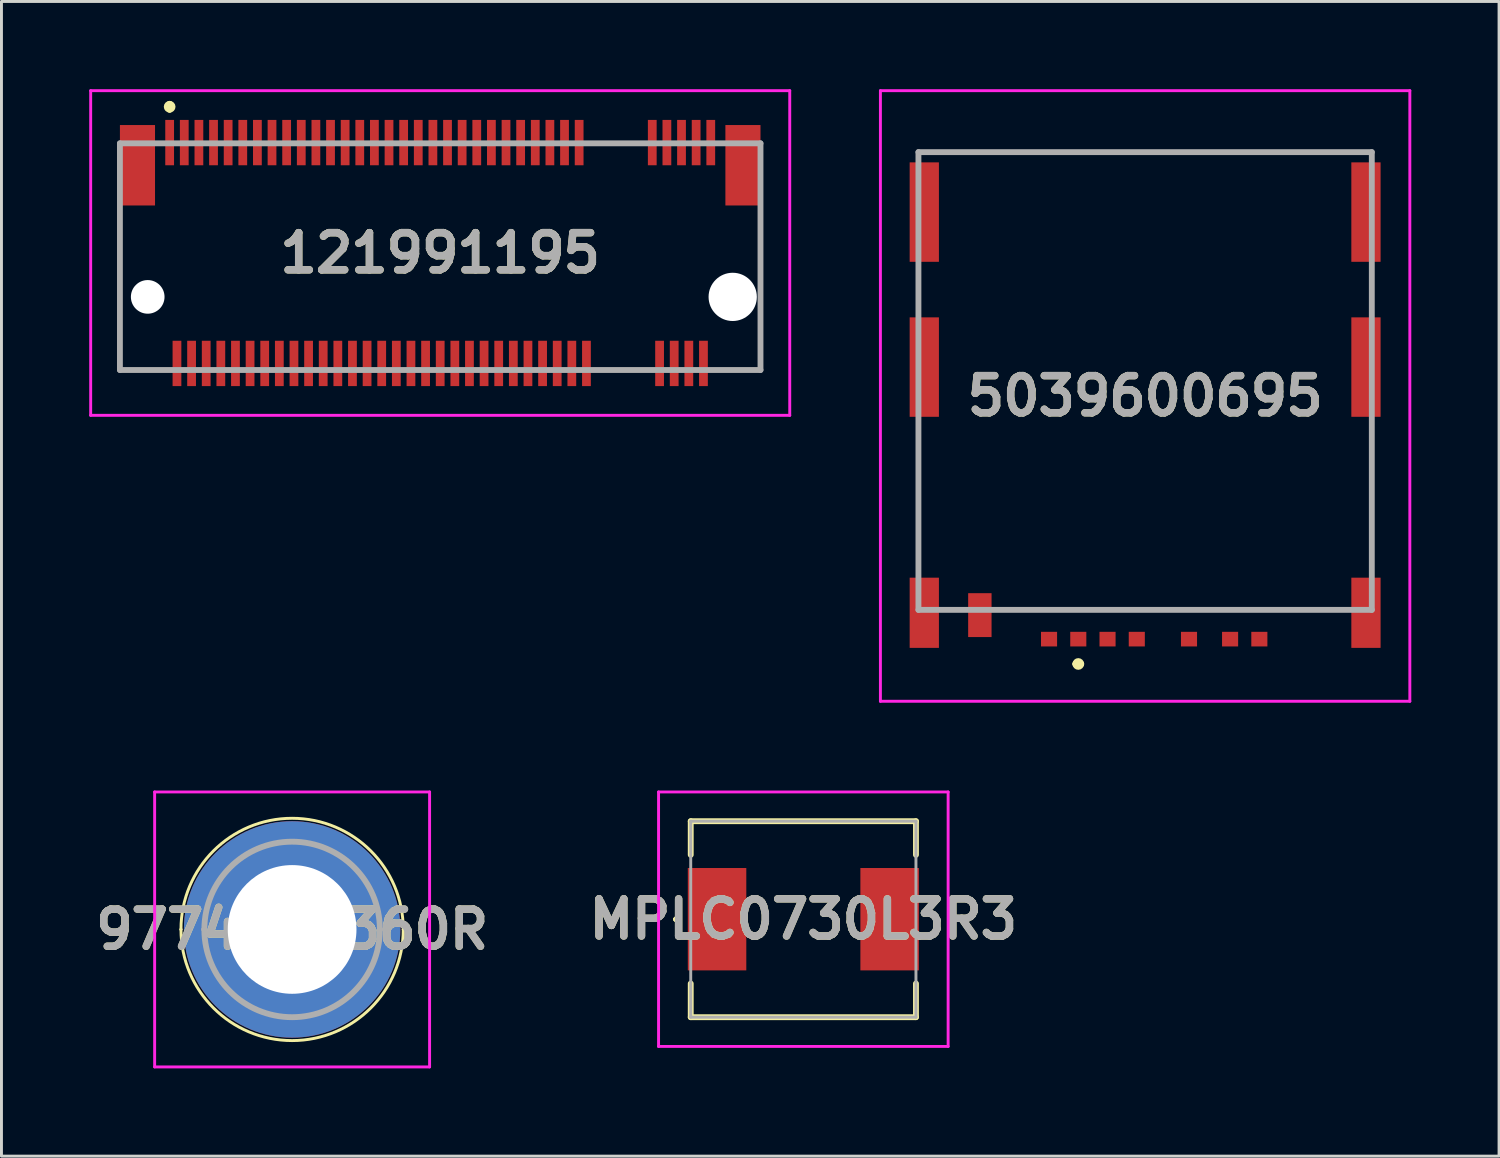
<source format=kicad_pcb>
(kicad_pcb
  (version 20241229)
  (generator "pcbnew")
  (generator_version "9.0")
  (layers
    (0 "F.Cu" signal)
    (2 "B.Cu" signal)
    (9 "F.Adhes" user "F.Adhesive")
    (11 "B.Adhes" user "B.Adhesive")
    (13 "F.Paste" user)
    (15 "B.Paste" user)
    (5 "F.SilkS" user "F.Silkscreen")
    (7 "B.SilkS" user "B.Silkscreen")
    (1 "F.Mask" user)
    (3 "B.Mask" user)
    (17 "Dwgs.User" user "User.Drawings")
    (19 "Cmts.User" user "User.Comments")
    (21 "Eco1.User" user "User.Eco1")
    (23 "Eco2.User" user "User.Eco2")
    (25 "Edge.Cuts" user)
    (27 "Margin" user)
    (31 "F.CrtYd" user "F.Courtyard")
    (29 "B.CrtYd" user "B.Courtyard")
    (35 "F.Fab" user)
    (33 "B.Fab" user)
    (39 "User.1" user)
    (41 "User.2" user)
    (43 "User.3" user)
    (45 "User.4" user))
  (footprint "9774015360R"
    (layer "F.Cu")
    (at 6.937 28.726)
    (property "Reference" "9774015360R" (at 0 0 0) (layer "F.SilkS") (effects (font (size 1.27 1.27) (thickness 0.254))))
    (attr through_hole)
    (fp_line (start -3.8 0) (end -3.8 0) (stroke (width 0.1) (type solid)) (layer "F.SilkS"))
    (fp_line (start 3.8 0) (end 3.8 0) (stroke (width 0.1) (type solid)) (layer "F.SilkS"))
    (fp_arc (start -3.8 0) (mid 0 -3.8) (end 3.8 0) (stroke (width 0.1) (type solid)) (layer "F.SilkS"))
    (fp_arc (start 3.8 0) (mid 0 3.8) (end -3.8 0) (stroke (width 0.1) (type solid)) (layer "F.SilkS"))
    (fp_line (start -4.7 -4.7) (end 4.7 -4.7) (stroke (width 0.1) (type solid)) (layer "F.CrtYd"))
    (fp_line (start -4.7 4.7) (end -4.7 -4.7) (stroke (width 0.1) (type solid)) (layer "F.CrtYd"))
    (fp_line (start 4.7 -4.7) (end 4.7 4.7) (stroke (width 0.1) (type solid)) (layer "F.CrtYd"))
    (fp_line (start 4.7 4.7) (end -4.7 4.7) (stroke (width 0.1) (type solid)) (layer "F.CrtYd"))
    (fp_line (start -3 0) (end -3 0) (stroke (width 0.2) (type solid)) (layer "F.Fab"))
    (fp_line (start 3 0) (end 3 0) (stroke (width 0.2) (type solid)) (layer "F.Fab"))
    (fp_arc (start -3 0) (mid 0 -3) (end 3 0) (stroke (width 0.2) (type solid)) (layer "F.Fab"))
    (fp_arc (start 3 0) (mid 0 3) (end -3 0) (stroke (width 0.2) (type solid)) (layer "F.Fab"))
    (fp_text user "${REFERENCE}" (at 0 0 0) (layer "F.Fab") (effects (font (size 1.27 1.27) (thickness 0.254))))
    (pad "1" thru_hole circle (at 0 0) (size 7.4 7.4) (drill 4.4) (layers "*.Cu" "*.Mask")))
  (footprint "5039600695"
    (layer "F.Cu")
    (at 36.1 10.488)
    (property "Reference" "5039600695" (at 0 0 0) (layer "F.SilkS") (effects (font (size 1.27 1.27) (thickness 0.254))))
    (attr smd)
    (fp_line (start -2.385 9.162) (end -2.385 9.162) (stroke (width 0.2) (type solid)) (layer "F.SilkS"))
    (fp_line (start -2.185 9.162) (end -2.185 9.162) (stroke (width 0.2) (type solid)) (layer "F.SilkS"))
    (fp_arc (start -2.385 9.162) (mid -2.285 9.062) (end -2.185 9.162) (stroke (width 0.2) (type solid)) (layer "F.SilkS"))
    (fp_arc (start -2.185 9.162) (mid -2.285 9.262) (end -2.385 9.162) (stroke (width 0.2) (type solid)) (layer "F.SilkS"))
    (fp_line (start -9.05 -10.438) (end 9.05 -10.438) (stroke (width 0.1) (type solid)) (layer "F.CrtYd"))
    (fp_line (start -9.05 10.438) (end -9.05 -10.438) (stroke (width 0.1) (type solid)) (layer "F.CrtYd"))
    (fp_line (start 9.05 -10.438) (end 9.05 10.438) (stroke (width 0.1) (type solid)) (layer "F.CrtYd"))
    (fp_line (start 9.05 10.438) (end -9.05 10.438) (stroke (width 0.1) (type solid)) (layer "F.CrtYd"))
    (fp_line (start -7.75 -8.337) (end 7.75 -8.337) (stroke (width 0.2) (type solid)) (layer "F.Fab"))
    (fp_line (start -7.75 7.313) (end -7.75 -8.337) (stroke (width 0.2) (type solid)) (layer "F.Fab"))
    (fp_line (start 7.75 -8.337) (end 7.75 7.313) (stroke (width 0.2) (type solid)) (layer "F.Fab"))
    (fp_line (start 7.75 7.313) (end -7.75 7.313) (stroke (width 0.2) (type solid)) (layer "F.Fab"))
    (fp_text user "${REFERENCE}" (at 0 0 0) (layer "F.Fab") (effects (font (size 1.27 1.27) (thickness 0.254))))
    (pad "C1" smd rect (at -2.285 8.313 90) (size 0.5 0.55) (layers "F.Cu" "F.Mask" "F.Paste"))
    (pad "C2" smd rect (at -0.285 8.313 90) (size 0.5 0.55) (layers "F.Cu" "F.Mask" "F.Paste"))
    (pad "C3" smd rect (at 3.905 8.313 90) (size 0.5 0.55) (layers "F.Cu" "F.Mask" "F.Paste"))
    (pad "C5" smd rect (at -3.285 8.313 90) (size 0.5 0.55) (layers "F.Cu" "F.Mask" "F.Paste"))
    (pad "C6" smd rect (at -1.285 8.313 90) (size 0.5 0.55) (layers "F.Cu" "F.Mask" "F.Paste"))
    (pad "C7" smd rect (at 2.905 8.313 90) (size 0.5 0.55) (layers "F.Cu" "F.Mask" "F.Paste"))
    (pad "C8" smd rect (at 1.5 8.313 90) (size 0.5 0.55) (layers "F.Cu" "F.Mask" "F.Paste"))
    (pad "C9" smd rect (at -5.65 7.492) (size 0.8 1.5) (layers "F.Cu" "F.Mask" "F.Paste"))
    (pad "MP2" smd rect (at -7.55 7.412) (size 1 2.4) (layers "F.Cu" "F.Mask" "F.Paste"))
    (pad "MP3" smd rect (at -7.55 -0.988) (size 1 3.4) (layers "F.Cu" "F.Mask" "F.Paste"))
    (pad "MP4" smd rect (at -7.55 -6.287) (size 1 3.4) (layers "F.Cu" "F.Mask" "F.Paste"))
    (pad "MP5" smd rect (at 7.55 -6.287) (size 1 3.4) (layers "F.Cu" "F.Mask" "F.Paste"))
    (pad "MP6" smd rect (at 7.55 -0.988) (size 1 3.4) (layers "F.Cu" "F.Mask" "F.Paste"))
    (pad "MP7" smd rect (at 7.55 7.412) (size 1 2.4) (layers "F.Cu" "F.Mask" "F.Paste")))
  (footprint "MPLC0730L3R3"
    (layer "F.Cu")
    (at 24.415 28.376)
    (property "Reference" "MPLC0730L3R3" (at 0 0 0) (layer "F.SilkS") (effects (font (size 1.27 1.27) (thickness 0.254))))
    (attr smd)
    (fp_line (start -4.4 0) (end -4.4 0) (stroke (width 0.1) (type solid)) (layer "F.SilkS"))
    (fp_line (start -4.4 0) (end -4.4 0) (stroke (width 0.1) (type solid)) (layer "F.SilkS"))
    (fp_line (start -4.3 0) (end -4.3 0) (stroke (width 0.1) (type solid)) (layer "F.SilkS"))
    (fp_line (start -3.85 -3.35) (end 3.85 -3.35) (stroke (width 0.2) (type solid)) (layer "F.SilkS"))
    (fp_line (start -3.85 -2.2) (end -3.85 -3.35) (stroke (width 0.2) (type solid)) (layer "F.SilkS"))
    (fp_line (start -3.85 2.2) (end -3.85 3.35) (stroke (width 0.2) (type solid)) (layer "F.SilkS"))
    (fp_line (start -3.85 3.35) (end 3.85 3.35) (stroke (width 0.2) (type solid)) (layer "F.SilkS"))
    (fp_line (start 3.85 -3.35) (end 3.85 -2.2) (stroke (width 0.2) (type solid)) (layer "F.SilkS"))
    (fp_line (start 3.85 3.35) (end 3.85 2.2) (stroke (width 0.2) (type solid)) (layer "F.SilkS"))
    (fp_arc (start -4.4 0) (mid -4.35 -0.05) (end -4.3 0) (stroke (width 0.1) (type solid)) (layer "F.SilkS"))
    (fp_arc (start -4.3 0) (mid -4.35 0.05) (end -4.4 0) (stroke (width 0.1) (type solid)) (layer "F.SilkS"))
    (fp_arc (start -4.3 0) (mid -4.35 0.05) (end -4.4 0) (stroke (width 0.1) (type solid)) (layer "F.SilkS"))
    (fp_line (start -4.95 -4.35) (end 4.95 -4.35) (stroke (width 0.1) (type solid)) (layer "F.CrtYd"))
    (fp_line (start -4.95 4.35) (end -4.95 -4.35) (stroke (width 0.1) (type solid)) (layer "F.CrtYd"))
    (fp_line (start 4.95 -4.35) (end 4.95 4.35) (stroke (width 0.1) (type solid)) (layer "F.CrtYd"))
    (fp_line (start 4.95 4.35) (end -4.95 4.35) (stroke (width 0.1) (type solid)) (layer "F.CrtYd"))
    (fp_line (start -3.85 -3.35) (end -3.85 3.35) (stroke (width 0.1) (type solid)) (layer "F.Fab"))
    (fp_line (start -3.85 3.35) (end 3.85 3.35) (stroke (width 0.1) (type solid)) (layer "F.Fab"))
    (fp_line (start 3.85 -3.35) (end -3.85 -3.35) (stroke (width 0.1) (type solid)) (layer "F.Fab"))
    (fp_line (start 3.85 3.35) (end 3.85 -3.35) (stroke (width 0.1) (type solid)) (layer "F.Fab"))
    (fp_text user "${REFERENCE}" (at 0 0 0) (layer "F.Fab") (effects (font (size 1.27 1.27) (thickness 0.254))))
    (pad "1" smd rect (at -2.95 0) (size 2 3.5) (layers "F.Cu" "F.Mask" "F.Paste"))
    (pad "2" smd rect (at 2.95 0) (size 2 3.5) (layers "F.Cu" "F.Mask" "F.Paste")))
  (footprint "121991195"
    (layer "F.Cu")
    (at 12 5.6)
    (property "Reference" "121991195" (at 0 0 0) (layer "F.SilkS") (effects (font (size 1.27 1.27) (thickness 0.254))))
    (attr through_hole)
    (fp_line (start -10.95 -1) (end -10.95 4) (stroke (width 0.1) (type solid)) (layer "F.SilkS"))
    (fp_line (start -10.95 4) (end -10 4) (stroke (width 0.1) (type solid)) (layer "F.SilkS"))
    (fp_line (start -9.25 -5.1) (end -9.25 -5.1) (stroke (width 0.2) (type solid)) (layer "F.SilkS"))
    (fp_line (start -9.25 -4.9) (end -9.25 -4.9) (stroke (width 0.2) (type solid)) (layer "F.SilkS"))
    (fp_line (start 5.5 4) (end 7 4) (stroke (width 0.1) (type solid)) (layer "F.SilkS"))
    (fp_line (start 6.5 -3.775) (end 5.5 -3.775) (stroke (width 0.1) (type solid)) (layer "F.SilkS"))
    (fp_line (start 10 4) (end 10.95 4) (stroke (width 0.1) (type solid)) (layer "F.SilkS"))
    (fp_line (start 10.95 0.5) (end 10.95 -1) (stroke (width 0.1) (type solid)) (layer "F.SilkS"))
    (fp_line (start 10.95 4) (end 10.95 2.5) (stroke (width 0.1) (type solid)) (layer "F.SilkS"))
    (fp_arc (start -9.25 -5.1) (mid -9.15 -5) (end -9.25 -4.9) (stroke (width 0.2) (type solid)) (layer "F.SilkS"))
    (fp_arc (start -9.25 -4.9) (mid -9.35 -5) (end -9.25 -5.1) (stroke (width 0.2) (type solid)) (layer "F.SilkS"))
    (fp_line (start -11.95 -5.55) (end 11.95 -5.55) (stroke (width 0.1) (type solid)) (layer "F.CrtYd"))
    (fp_line (start -11.95 5.55) (end -11.95 -5.55) (stroke (width 0.1) (type solid)) (layer "F.CrtYd"))
    (fp_line (start 11.95 -5.55) (end 11.95 5.55) (stroke (width 0.1) (type solid)) (layer "F.CrtYd"))
    (fp_line (start 11.95 5.55) (end -11.95 5.55) (stroke (width 0.1) (type solid)) (layer "F.CrtYd"))
    (fp_line (start -10.95 -3.75) (end 10.95 -3.75) (stroke (width 0.2) (type solid)) (layer "F.Fab"))
    (fp_line (start -10.95 4) (end -10.95 -3.75) (stroke (width 0.2) (type solid)) (layer "F.Fab"))
    (fp_line (start 10.95 -3.75) (end 10.95 4) (stroke (width 0.2) (type solid)) (layer "F.Fab"))
    (fp_line (start 10.95 4) (end -10.95 4) (stroke (width 0.2) (type solid)) (layer "F.Fab"))
    (fp_text user "${REFERENCE}" (at 0 0 0) (layer "F.Fab") (effects (font (size 1.27 1.27) (thickness 0.254))))
    (pad "" np_thru_hole circle (at -10 1.5) (size 1.15 1.15) (drill 1.15) (layers "*.Cu" "*.Mask"))
    (pad "" np_thru_hole circle (at 10 1.5) (size 1.65 1.65) (drill 1.65) (layers "*.Cu" "*.Mask"))
    (pad "1" smd rect (at -9.25 -3.775) (size 0.3 1.55) (layers "F.Cu" "F.Mask" "F.Paste"))
    (pad "2" smd rect (at -9 3.775) (size 0.3 1.55) (layers "F.Cu" "F.Mask" "F.Paste"))
    (pad "3" smd rect (at -8.75 -3.775) (size 0.3 1.55) (layers "F.Cu" "F.Mask" "F.Paste"))
    (pad "4" smd rect (at -8.5 3.775) (size 0.3 1.55) (layers "F.Cu" "F.Mask" "F.Paste"))
    (pad "5" smd rect (at -8.25 -3.775) (size 0.3 1.55) (layers "F.Cu" "F.Mask" "F.Paste"))
    (pad "6" smd rect (at -8 3.775) (size 0.3 1.55) (layers "F.Cu" "F.Mask" "F.Paste"))
    (pad "7" smd rect (at -7.75 -3.775) (size 0.3 1.55) (layers "F.Cu" "F.Mask" "F.Paste"))
    (pad "8" smd rect (at -7.5 3.775) (size 0.3 1.55) (layers "F.Cu" "F.Mask" "F.Paste"))
    (pad "9" smd rect (at -7.25 -3.775) (size 0.3 1.55) (layers "F.Cu" "F.Mask" "F.Paste"))
    (pad "10" smd rect (at -7 3.775) (size 0.3 1.55) (layers "F.Cu" "F.Mask" "F.Paste"))
    (pad "11" smd rect (at -6.75 -3.775) (size 0.3 1.55) (layers "F.Cu" "F.Mask" "F.Paste"))
    (pad "12" smd rect (at -6.5 3.775) (size 0.3 1.55) (layers "F.Cu" "F.Mask" "F.Paste"))
    (pad "13" smd rect (at -6.25 -3.775) (size 0.3 1.55) (layers "F.Cu" "F.Mask" "F.Paste"))
    (pad "14" smd rect (at -6 3.775) (size 0.3 1.55) (layers "F.Cu" "F.Mask" "F.Paste"))
    (pad "15" smd rect (at -5.75 -3.775) (size 0.3 1.55) (layers "F.Cu" "F.Mask" "F.Paste"))
    (pad "16" smd rect (at -5.5 3.775) (size 0.3 1.55) (layers "F.Cu" "F.Mask" "F.Paste"))
    (pad "17" smd rect (at -5.25 -3.775) (size 0.3 1.55) (layers "F.Cu" "F.Mask" "F.Paste"))
    (pad "18" smd rect (at -5 3.775) (size 0.3 1.55) (layers "F.Cu" "F.Mask" "F.Paste"))
    (pad "19" smd rect (at -4.75 -3.775) (size 0.3 1.55) (layers "F.Cu" "F.Mask" "F.Paste"))
    (pad "20" smd rect (at -4.5 3.775) (size 0.3 1.55) (layers "F.Cu" "F.Mask" "F.Paste"))
    (pad "21" smd rect (at -4.25 -3.775) (size 0.3 1.55) (layers "F.Cu" "F.Mask" "F.Paste"))
    (pad "22" smd rect (at -4 3.775) (size 0.3 1.55) (layers "F.Cu" "F.Mask" "F.Paste"))
    (pad "23" smd rect (at -3.75 -3.775) (size 0.3 1.55) (layers "F.Cu" "F.Mask" "F.Paste"))
    (pad "24" smd rect (at -3.5 3.775) (size 0.3 1.55) (layers "F.Cu" "F.Mask" "F.Paste"))
    (pad "25" smd rect (at -3.25 -3.775) (size 0.3 1.55) (layers "F.Cu" "F.Mask" "F.Paste"))
    (pad "26" smd rect (at -3 3.775) (size 0.3 1.55) (layers "F.Cu" "F.Mask" "F.Paste"))
    (pad "27" smd rect (at -2.75 -3.775) (size 0.3 1.55) (layers "F.Cu" "F.Mask" "F.Paste"))
    (pad "28" smd rect (at -2.5 3.775) (size 0.3 1.55) (layers "F.Cu" "F.Mask" "F.Paste"))
    (pad "29" smd rect (at -2.25 -3.775) (size 0.3 1.55) (layers "F.Cu" "F.Mask" "F.Paste"))
    (pad "30" smd rect (at -2 3.775) (size 0.3 1.55) (layers "F.Cu" "F.Mask" "F.Paste"))
    (pad "31" smd rect (at -1.75 -3.775) (size 0.3 1.55) (layers "F.Cu" "F.Mask" "F.Paste"))
    (pad "32" smd rect (at -1.5 3.775) (size 0.3 1.55) (layers "F.Cu" "F.Mask" "F.Paste"))
    (pad "33" smd rect (at -1.25 -3.775) (size 0.3 1.55) (layers "F.Cu" "F.Mask" "F.Paste"))
    (pad "34" smd rect (at -1 3.775) (size 0.3 1.55) (layers "F.Cu" "F.Mask" "F.Paste"))
    (pad "35" smd rect (at -0.75 -3.775) (size 0.3 1.55) (layers "F.Cu" "F.Mask" "F.Paste"))
    (pad "36" smd rect (at -0.5 3.775) (size 0.3 1.55) (layers "F.Cu" "F.Mask" "F.Paste"))
    (pad "37" smd rect (at -0.25 -3.775) (size 0.3 1.55) (layers "F.Cu" "F.Mask" "F.Paste"))
    (pad "38" smd rect (at 0 3.775) (size 0.3 1.55) (layers "F.Cu" "F.Mask" "F.Paste"))
    (pad "39" smd rect (at 0.25 -3.775) (size 0.3 1.55) (layers "F.Cu" "F.Mask" "F.Paste"))
    (pad "40" smd rect (at 0.5 3.775) (size 0.3 1.55) (layers "F.Cu" "F.Mask" "F.Paste"))
    (pad "41" smd rect (at 0.75 -3.775) (size 0.3 1.55) (layers "F.Cu" "F.Mask" "F.Paste"))
    (pad "42" smd rect (at 1 3.775) (size 0.3 1.55) (layers "F.Cu" "F.Mask" "F.Paste"))
    (pad "43" smd rect (at 1.25 -3.775) (size 0.3 1.55) (layers "F.Cu" "F.Mask" "F.Paste"))
    (pad "44" smd rect (at 1.5 3.775) (size 0.3 1.55) (layers "F.Cu" "F.Mask" "F.Paste"))
    (pad "45" smd rect (at 1.75 -3.775) (size 0.3 1.55) (layers "F.Cu" "F.Mask" "F.Paste"))
    (pad "46" smd rect (at 2 3.775) (size 0.3 1.55) (layers "F.Cu" "F.Mask" "F.Paste"))
    (pad "47" smd rect (at 2.25 -3.775) (size 0.3 1.55) (layers "F.Cu" "F.Mask" "F.Paste"))
    (pad "48" smd rect (at 2.5 3.775) (size 0.3 1.55) (layers "F.Cu" "F.Mask" "F.Paste"))
    (pad "49" smd rect (at 2.75 -3.775) (size 0.3 1.55) (layers "F.Cu" "F.Mask" "F.Paste"))
    (pad "50" smd rect (at 3 3.775) (size 0.3 1.55) (layers "F.Cu" "F.Mask" "F.Paste"))
    (pad "51" smd rect (at 3.25 -3.775) (size 0.3 1.55) (layers "F.Cu" "F.Mask" "F.Paste"))
    (pad "52" smd rect (at 3.5 3.775) (size 0.3 1.55) (layers "F.Cu" "F.Mask" "F.Paste"))
    (pad "53" smd rect (at 3.75 -3.775) (size 0.3 1.55) (layers "F.Cu" "F.Mask" "F.Paste"))
    (pad "54" smd rect (at 4 3.775) (size 0.3 1.55) (layers "F.Cu" "F.Mask" "F.Paste"))
    (pad "55" smd rect (at 4.25 -3.775) (size 0.3 1.55) (layers "F.Cu" "F.Mask" "F.Paste"))
    (pad "56" smd rect (at 4.5 3.775) (size 0.3 1.55) (layers "F.Cu" "F.Mask" "F.Paste"))
    (pad "57" smd rect (at 4.75 -3.775) (size 0.3 1.55) (layers "F.Cu" "F.Mask" "F.Paste"))
    (pad "58" smd rect (at 5 3.775) (size 0.3 1.55) (layers "F.Cu" "F.Mask" "F.Paste"))
    (pad "67" smd rect (at 7.25 -3.775) (size 0.3 1.55) (layers "F.Cu" "F.Mask" "F.Paste"))
    (pad "68" smd rect (at 7.5 3.775) (size 0.3 1.55) (layers "F.Cu" "F.Mask" "F.Paste"))
    (pad "69" smd rect (at 7.75 -3.775) (size 0.3 1.55) (layers "F.Cu" "F.Mask" "F.Paste"))
    (pad "70" smd rect (at 8 3.775) (size 0.3 1.55) (layers "F.Cu" "F.Mask" "F.Paste"))
    (pad "71" smd rect (at 8.25 -3.775) (size 0.3 1.55) (layers "F.Cu" "F.Mask" "F.Paste"))
    (pad "72" smd rect (at 8.5 3.775) (size 0.3 1.55) (layers "F.Cu" "F.Mask" "F.Paste"))
    (pad "73" smd rect (at 8.75 -3.775) (size 0.3 1.55) (layers "F.Cu" "F.Mask" "F.Paste"))
    (pad "74" smd rect (at 9 3.775) (size 0.3 1.55) (layers "F.Cu" "F.Mask" "F.Paste"))
    (pad "75" smd rect (at 9.25 -3.775) (size 0.3 1.55) (layers "F.Cu" "F.Mask" "F.Paste"))
    (pad "MP1" smd rect (at -10.35 -3) (size 1.2 2.75) (layers "F.Cu" "F.Mask" "F.Paste"))
    (pad "MP2" smd rect (at 10.35 -3) (size 1.2 2.75) (layers "F.Cu" "F.Mask" "F.Paste")))
  (gr_rect
    (start -3 -3)
    (end 48.2 36.476)
    (stroke (width 0.1) (type default))
    (fill no)
    (layer "Edge.Cuts")))
</source>
